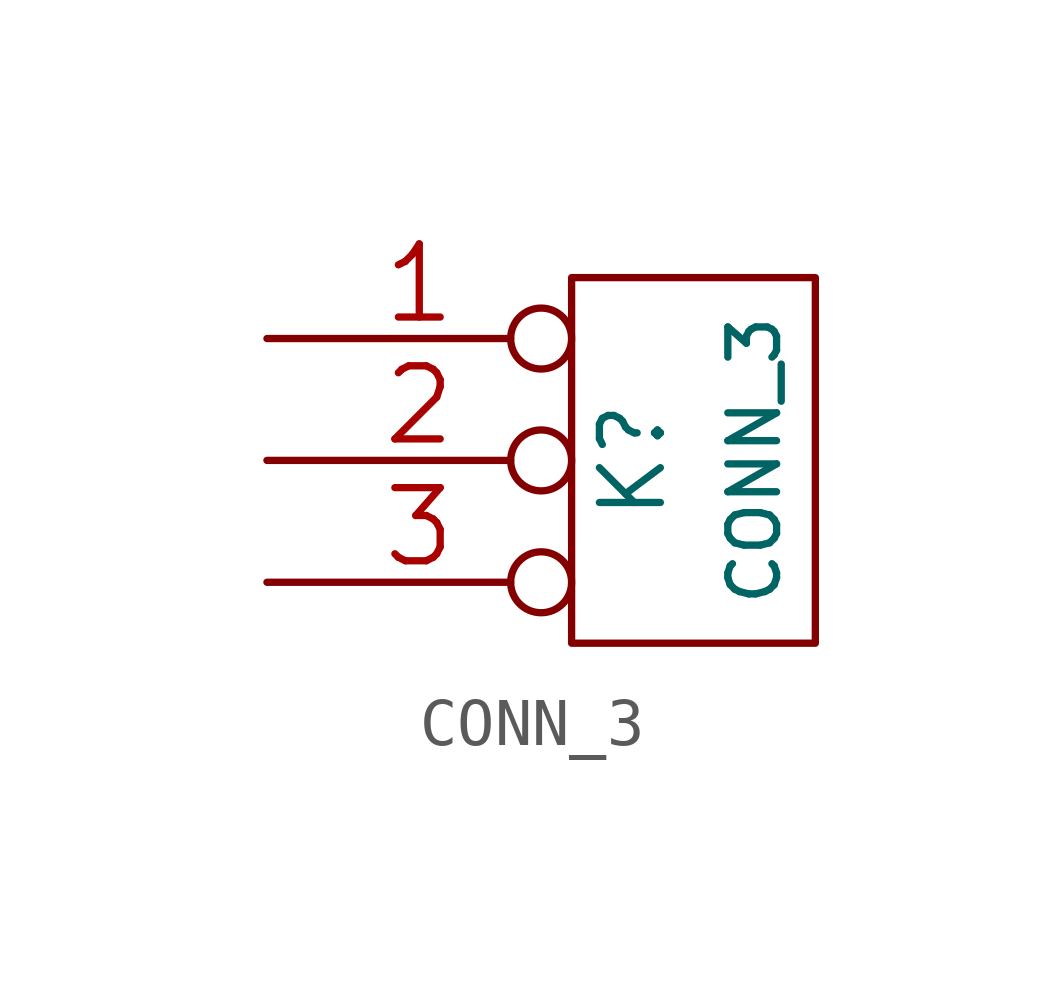
<source format=kicad_sym>
(kicad_symbol_lib
  (version 20211014)
  (generator kicad_symbol_editor)
  (symbol "CONN_3"
    (pin_names
      (offset 1.016) hide)
    (property "Reference" "K"
      (at -1.27 0 90)
      (effects (font (size 1.27 1.27))))
    (property "Value" "CONN_3"
      (at 1.27 0 90)
      (effects (font (size 1.016 1.016))))
    (property "Footprint" ""
      (at 0 0 0)
      (effects (font (size 1.524 1.524))))
    (property "Datasheet" ""
      (at 0 0 0)
      (effects (font (size 1.524 1.524))))
    (symbol "CONN_3_0_1"
      (rectangle (start -2.54 3.81) (end 2.54 -3.81) (stroke (width 0) (type default) (color 0 0 0 0)) (fill (type none))))
    (symbol "CONN_3_1_1"
      (pin passive inverted (at -8.89 2.54 0) (length 6.35) (name "P1" (effects (font (size 1.524 1.524)))) (number "1" (effects (font (size 1.524 1.524)))))
      (pin passive inverted (at -8.89 0 0) (length 6.35) (name "PM" (effects (font (size 1.524 1.524)))) (number "2" (effects (font (size 1.524 1.524)))))
      (pin passive inverted (at -8.89 -2.54 0) (length 6.35) (name "P3" (effects (font (size 1.524 1.524)))) (number "3" (effects (font (size 1.524 1.524))))))))
</source>
